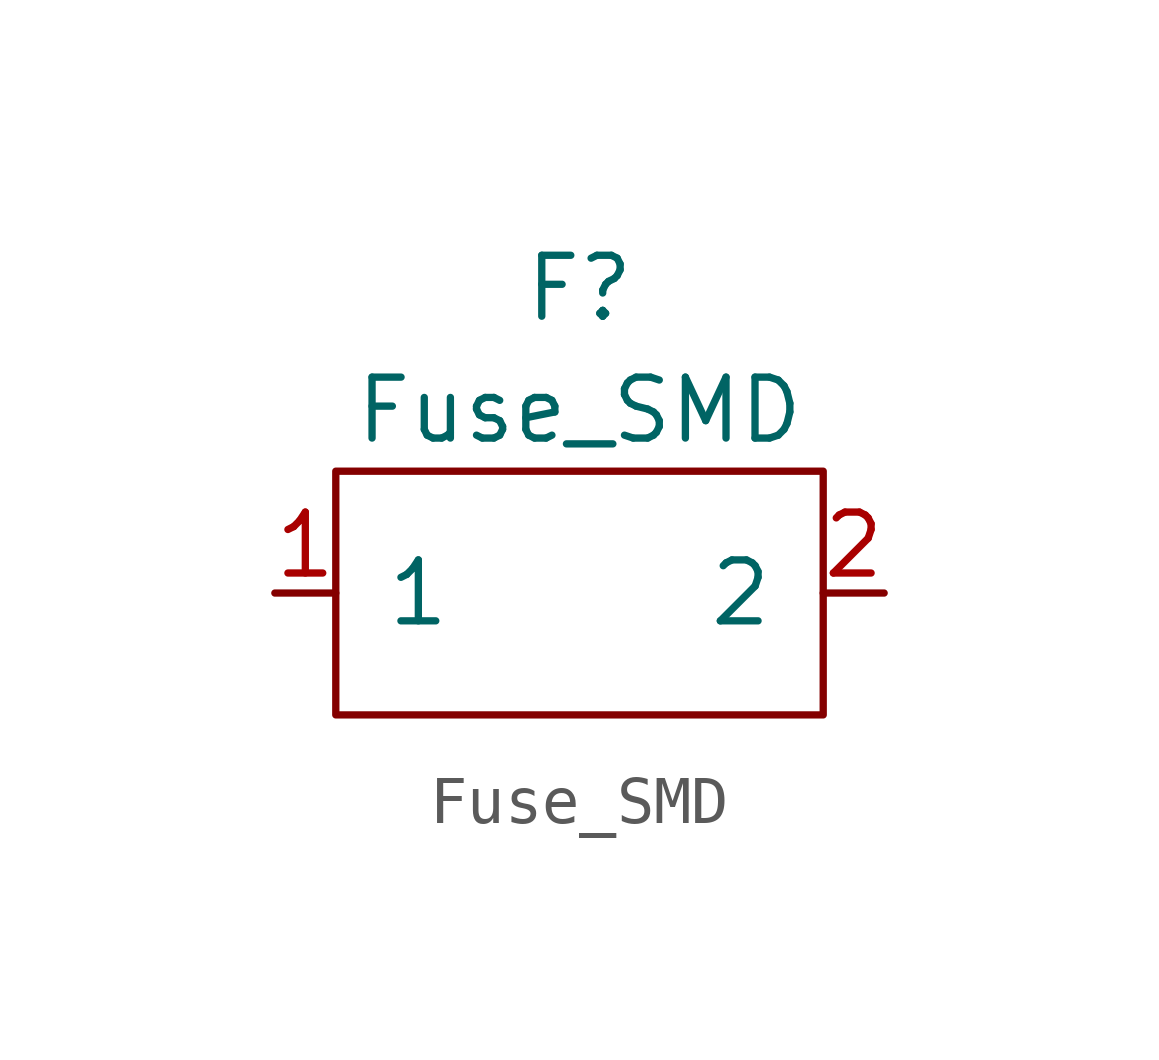
<source format=kicad_sym>
(kicad_symbol_lib
  (version 20211014)
  (generator kicad_symbol_editor)
  (symbol "Fuse_SMD"
    (pin_names
      (offset 1.016))
    (property "Reference" "F"
      (at 0 6.35 0)
      (effects (font (size 1.27 1.27))))
    (property "Value" "Fuse_SMD"
      (at 0 3.81 0)
      (effects (font (size 1.27 1.27))))
    (symbol "Fuse_SMD_0_1"
      (rectangle (start -5.08 2.54) (end 5.08 -2.54) (stroke (width 0) (type default) (color 0 0 0 0)) (fill (type none))))
    (symbol "Fuse_SMD_1_1"
      (pin passive line (at -6.35 0 0) (length 1.27) (name "1" (effects (font (size 1.27 1.27)))) (number "1" (effects (font (size 1.27 1.27)))))
      (pin passive line (at 6.35 0 180) (length 1.27) (name "2" (effects (font (size 1.27 1.27)))) (number "2" (effects (font (size 1.27 1.27))))))))
</source>
